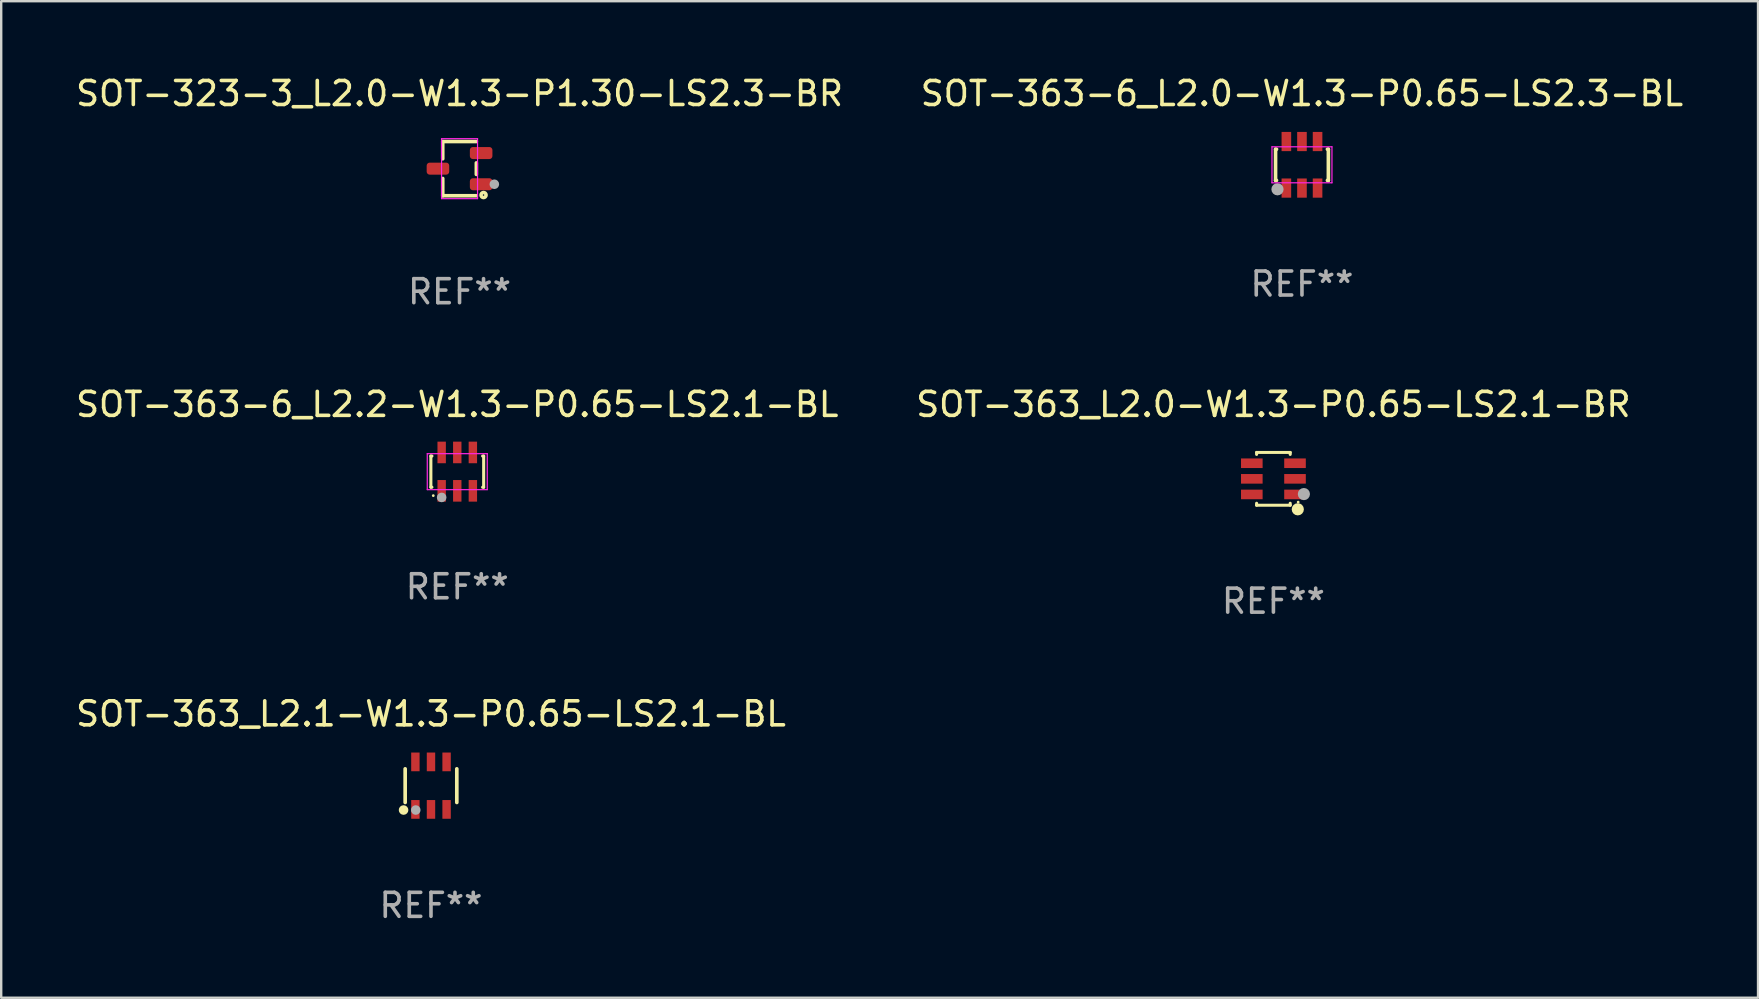
<source format=kicad_pcb>
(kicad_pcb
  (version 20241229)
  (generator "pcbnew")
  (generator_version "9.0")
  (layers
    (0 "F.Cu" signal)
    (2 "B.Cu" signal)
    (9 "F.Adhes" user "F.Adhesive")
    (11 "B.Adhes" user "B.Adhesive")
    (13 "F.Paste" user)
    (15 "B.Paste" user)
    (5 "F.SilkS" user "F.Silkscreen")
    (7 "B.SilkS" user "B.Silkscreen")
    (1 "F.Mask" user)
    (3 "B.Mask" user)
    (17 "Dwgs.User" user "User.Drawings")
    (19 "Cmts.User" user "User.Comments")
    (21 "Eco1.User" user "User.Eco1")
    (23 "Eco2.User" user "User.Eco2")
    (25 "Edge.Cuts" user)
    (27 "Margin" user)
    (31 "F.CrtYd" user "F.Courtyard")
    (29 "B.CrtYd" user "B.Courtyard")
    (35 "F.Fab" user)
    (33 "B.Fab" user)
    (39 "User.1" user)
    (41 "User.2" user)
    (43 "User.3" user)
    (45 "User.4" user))
  (footprint "SOT-323-3_L2.0-W1.3-P1.30-LS2.3-BR"
    (layer "F.Cu")
    (at 16.101 3.978)
    (property "Reference" "SOT-323-3_L2.0-W1.3-P1.30-LS2.3-BR" (at 0 -3.13 0) (layer "F.SilkS") (effects (font (size 1 1) (thickness 0.15))))
    (attr smd)
    (fp_line (start -0.7 -1.13) (end -0.7 -0.41) (stroke (width 0.15) (type solid)) (layer "F.SilkS"))
    (fp_line (start -0.7 1.13) (end -0.7 0.41) (stroke (width 0.15) (type solid)) (layer "F.SilkS"))
    (fp_line (start 0.7 -1.13) (end -0.7 -1.13) (stroke (width 0.15) (type solid)) (layer "F.SilkS"))
    (fp_line (start 0.7 -0.24) (end 0.7 0.24) (stroke (width 0.15) (type solid)) (layer "F.SilkS"))
    (fp_line (start 0.7 1.13) (end -0.7 1.13) (stroke (width 0.15) (type solid)) (layer "F.SilkS"))
    (fp_circle (center 1 1.1) (end 1.03 1.1) (stroke (width 0.15) (type solid)) (fill no) (layer "F.SilkS"))
    (fp_line (start -0.75 -1.25) (end 0.75 -1.25) (stroke (width 0.05) (type default)) (layer "F.CrtYd"))
    (fp_line (start -0.75 1.25) (end -0.75 -1.25) (stroke (width 0.05) (type default)) (layer "F.CrtYd"))
    (fp_line (start 0.75 -1.25) (end 0.75 1.25) (stroke (width 0.05) (type default)) (layer "F.CrtYd"))
    (fp_line (start 0.75 1.25) (end -0.75 1.25) (stroke (width 0.05) (type default)) (layer "F.CrtYd"))
    (fp_circle (center 1.45 0.65) (end 1.55 0.65) (stroke (width 0.2) (type solid)) (fill no) (layer "F.Fab"))
    (fp_text user "REF**" (at 0 5.13 0) (layer "F.Fab") (effects (font (size 1 1) (thickness 0.15))))
    (pad "1" smd roundrect (at 0.9 0.65) (size 0.94 0.5) (layers "F.Cu" "F.Mask" "F.Paste") (roundrect_rratio 0.25))
    (pad "2" smd roundrect (at 0.9 -0.65) (size 0.94 0.5) (layers "F.Cu" "F.Mask" "F.Paste") (roundrect_rratio 0.25))
    (pad "3" smd roundrect (at -0.9 0) (size 0.94 0.5) (layers "F.Cu" "F.Mask" "F.Paste") (roundrect_rratio 0.25)))
  (footprint "SOT-363-6_L2.0-W1.3-P0.65-LS2.3-BL"
    (layer "F.Cu")
    (at 51.208 3.818)
    (property "Reference" "SOT-363-6_L2.0-W1.3-P0.65-LS2.3-BL" (at 0 -2.97 0) (layer "F.SilkS") (effects (font (size 1 1) (thickness 0.15))))
    (attr smd)
    (fp_line (start -1.1 -0.65) (end -1.1 0.65) (stroke (width 0.15) (type solid)) (layer "F.SilkS"))
    (fp_line (start -1.1 -0.65) (end -1.06 -0.65) (stroke (width 0.15) (type solid)) (layer "F.SilkS"))
    (fp_line (start -1.1 0.65) (end -1.06 0.65) (stroke (width 0.15) (type solid)) (layer "F.SilkS"))
    (fp_line (start 1.06 -0.65) (end 1.1 -0.65) (stroke (width 0.15) (type solid)) (layer "F.SilkS"))
    (fp_line (start 1.06 0.65) (end 1.1 0.65) (stroke (width 0.15) (type solid)) (layer "F.SilkS"))
    (fp_line (start 1.1 -0.65) (end 1.1 0.65) (stroke (width 0.15) (type solid)) (layer "F.SilkS"))
    (fp_circle (center -1 1) (end -0.97 1) (stroke (width 0.15) (type solid)) (fill no) (layer "F.SilkS"))
    (fp_line (start -1.25 -0.75) (end -1.25 0.75) (stroke (width 0.05) (type default)) (layer "F.CrtYd"))
    (fp_line (start -1.25 0.75) (end 1.25 0.75) (stroke (width 0.05) (type default)) (layer "F.CrtYd"))
    (fp_line (start 1.25 -0.75) (end -1.25 -0.75) (stroke (width 0.05) (type default)) (layer "F.CrtYd"))
    (fp_line (start 1.25 0.75) (end 1.25 -0.75) (stroke (width 0.05) (type default)) (layer "F.CrtYd"))
    (fp_circle (center -1.02 1.02) (end -0.89 1.02) (stroke (width 0.25) (type solid)) (fill no) (layer "F.Fab"))
    (fp_text user "REF**" (at 0 4.97 0) (layer "F.Fab") (effects (font (size 1 1) (thickness 0.15))))
    (pad "1" smd rect (at -0.65 0.97) (size 0.4 0.8) (layers "F.Cu" "F.Mask" "F.Paste"))
    (pad "2" smd rect (at 0 0.97) (size 0.4 0.8) (layers "F.Cu" "F.Mask" "F.Paste"))
    (pad "3" smd rect (at 0.65 0.97) (size 0.4 0.8) (layers "F.Cu" "F.Mask" "F.Paste"))
    (pad "4" smd rect (at 0.65 -0.97) (size 0.4 0.8) (layers "F.Cu" "F.Mask" "F.Paste"))
    (pad "5" smd rect (at 0 -0.97) (size 0.4 0.8) (layers "F.Cu" "F.Mask" "F.Paste"))
    (pad "6" smd rect (at -0.65 -0.97) (size 0.4 0.8) (layers "F.Cu" "F.Mask" "F.Paste")))
  (footprint "SOT-363_L2.1-W1.3-P0.65-LS2.1-BL"
    (layer "F.Cu")
    (at 14.911 29.691)
    (property "Reference" "SOT-363_L2.1-W1.3-P0.65-LS2.1-BL" (at 0 -2.99 0) (layer "F.SilkS") (effects (font (size 1 1) (thickness 0.15))))
    (attr smd)
    (fp_line (start -1.076 0.701) (end -1.076 -0.701) (stroke (width 0.152) (type solid)) (layer "F.SilkS"))
    (fp_line (start 1.076 0.701) (end 1.076 -0.701) (stroke (width 0.152) (type solid)) (layer "F.SilkS"))
    (fp_circle (center -1.143 1.016) (end -1.043 1.016) (stroke (width 0.2) (type solid)) (fill no) (layer "F.SilkS"))
    (fp_circle (center -1.025 1.05) (end -0.995 1.05) (stroke (width 0.06) (type solid)) (fill no) (layer "F.SilkS"))
    (fp_circle (center -0.635 1.016) (end -0.535 1.016) (stroke (width 0.2) (type solid)) (fill no) (layer "F.Fab"))
    (fp_text user "REF**" (at 0 4.99 0) (layer "F.Fab") (effects (font (size 1 1) (thickness 0.15))))
    (pad "1" smd rect (at -0.65 0.99) (size 0.35 0.78) (layers "F.Cu" "F.Mask" "F.Paste"))
    (pad "2" smd rect (at 0 0.99) (size 0.35 0.78) (layers "F.Cu" "F.Mask" "F.Paste"))
    (pad "3" smd rect (at 0.65 0.99) (size 0.35 0.78) (layers "F.Cu" "F.Mask" "F.Paste"))
    (pad "4" smd rect (at 0.65 -0.99) (size 0.35 0.78) (layers "F.Cu" "F.Mask" "F.Paste"))
    (pad "5" smd rect (at 0 -0.99) (size 0.35 0.78) (layers "F.Cu" "F.Mask" "F.Paste"))
    (pad "6" smd rect (at -0.65 -0.99) (size 0.35 0.78) (layers "F.Cu" "F.Mask" "F.Paste")))
  (footprint "SOT-363_L2.0-W1.3-P0.65-LS2.1-BR"
    (layer "F.Cu")
    (at 50.018 16.905)
    (property "Reference" "SOT-363_L2.0-W1.3-P0.65-LS2.1-BR" (at -0.000102 -3.1 0) (layer "F.SilkS") (effects (font (size 1 1) (thickness 0.15))))
    (attr smd)
    (fp_line (start -0.7 -1.018) (end -0.7 -1.1) (stroke (width 0.127) (type solid)) (layer "F.SilkS"))
    (fp_line (start -0.7 1.1) (end -0.7 1.018) (stroke (width 0.127) (type solid)) (layer "F.SilkS"))
    (fp_line (start 0.7 -1.1) (end -0.7 -1.1) (stroke (width 0.127) (type solid)) (layer "F.SilkS"))
    (fp_line (start 0.7 -1.018) (end 0.7 -1.1) (stroke (width 0.127) (type solid)) (layer "F.SilkS"))
    (fp_line (start 0.7 1.1) (end -0.7 1.1) (stroke (width 0.127) (type solid)) (layer "F.SilkS"))
    (fp_line (start 0.7 1.1) (end 0.7 1.018) (stroke (width 0.127) (type solid)) (layer "F.SilkS"))
    (fp_circle (center 1.016 1.27) (end 1.143 1.27) (stroke (width 0.254) (type solid)) (fill no) (layer "F.SilkS"))
    (fp_circle (center 1.032 0.97) (end 1.062 0.97) (stroke (width 0.06) (type solid)) (fill no) (layer "F.SilkS"))
    (fp_circle (center 1.27 0.635) (end 1.397 0.635) (stroke (width 0.254) (type solid)) (fill no) (layer "F.Fab"))
    (fp_text user "REF**" (at -0.000102 5.1 0) (layer "F.Fab") (effects (font (size 1 1) (thickness 0.15))))
    (pad "1" smd rect (at 0.9 0.65 90) (size 0.4 0.9) (layers "F.Cu" "F.Mask" "F.Paste"))
    (pad "2" smd rect (at 0.9 -0.000102 90) (size 0.4 0.9) (layers "F.Cu" "F.Mask" "F.Paste"))
    (pad "3" smd rect (at 0.9 -0.65 90) (size 0.4 0.9) (layers "F.Cu" "F.Mask" "F.Paste"))
    (pad "4" smd rect (at -0.9 -0.65 90) (size 0.4 0.9) (layers "F.Cu" "F.Mask" "F.Paste"))
    (pad "5" smd rect (at -0.9 -0.000102 90) (size 0.4 0.9) (layers "F.Cu" "F.Mask" "F.Paste"))
    (pad "6" smd rect (at -0.9 0.65 90) (size 0.4 0.9) (layers "F.Cu" "F.Mask" "F.Paste")))
  (footprint "SOT-363-6_L2.2-W1.3-P0.65-LS2.1-BL"
    (layer "F.Cu")
    (at 16.006 16.605)
    (property "Reference" "SOT-363-6_L2.2-W1.3-P0.65-LS2.1-BL" (at -0.000025 -2.8 0) (layer "F.SilkS") (effects (font (size 1 1) (thickness 0.15))))
    (attr smd)
    (fp_line (start -1.1 -0.65) (end -1.1 0.65) (stroke (width 0.127) (type solid)) (layer "F.SilkS"))
    (fp_line (start -1.1 -0.65) (end -1.056 -0.65) (stroke (width 0.127) (type solid)) (layer "F.SilkS"))
    (fp_line (start -1.1 0.65) (end -1.056 0.65) (stroke (width 0.127) (type solid)) (layer "F.SilkS"))
    (fp_line (start 1.056 -0.65) (end 1.1 -0.65) (stroke (width 0.127) (type solid)) (layer "F.SilkS"))
    (fp_line (start 1.056 0.65) (end 1.1 0.65) (stroke (width 0.127) (type solid)) (layer "F.SilkS"))
    (fp_line (start 1.1 -0.65) (end 1.1 0.65) (stroke (width 0.127) (type solid)) (layer "F.SilkS"))
    (fp_circle (center -1 1) (end -0.97 1) (stroke (width 0.06) (type solid)) (fill no) (layer "F.SilkS"))
    (fp_line (start -1.25 -0.75) (end 1.25 -0.75) (stroke (width 0.05) (type default)) (layer "F.CrtYd"))
    (fp_line (start -1.25 0.75) (end -1.25 -0.75) (stroke (width 0.05) (type default)) (layer "F.CrtYd"))
    (fp_line (start 1.25 -0.75) (end 1.25 0.75) (stroke (width 0.05) (type default)) (layer "F.CrtYd"))
    (fp_line (start 1.25 0.75) (end -1.25 0.75) (stroke (width 0.05) (type default)) (layer "F.CrtYd"))
    (fp_circle (center -0.65 1.075) (end -0.55 1.075) (stroke (width 0.2) (type solid)) (fill no) (layer "F.Fab"))
    (fp_text user "REF**" (at -0.000025 4.8 0) (layer "F.Fab") (effects (font (size 1 1) (thickness 0.15))))
    (pad "1" smd rect (at -0.65 0.8) (size 0.35 0.9) (layers "F.Cu" "F.Mask" "F.Paste"))
    (pad "2" smd rect (at 0 0.8) (size 0.35 0.9) (layers "F.Cu" "F.Mask" "F.Paste"))
    (pad "3" smd rect (at 0.65 0.8) (size 0.35 0.9) (layers "F.Cu" "F.Mask" "F.Paste"))
    (pad "4" smd rect (at 0.65 -0.8) (size 0.35 0.9) (layers "F.Cu" "F.Mask" "F.Paste"))
    (pad "5" smd rect (at 0 -0.8) (size 0.35 0.9) (layers "F.Cu" "F.Mask" "F.Paste"))
    (pad "6" smd rect (at -0.65 -0.8) (size 0.35 0.9) (layers "F.Cu" "F.Mask" "F.Paste")))
  (gr_rect
    (start -3 -3)
    (end 70.214 38.53)
    (stroke (width 0.1) (type default))
    (fill no)
    (layer "Edge.Cuts")))
</source>
